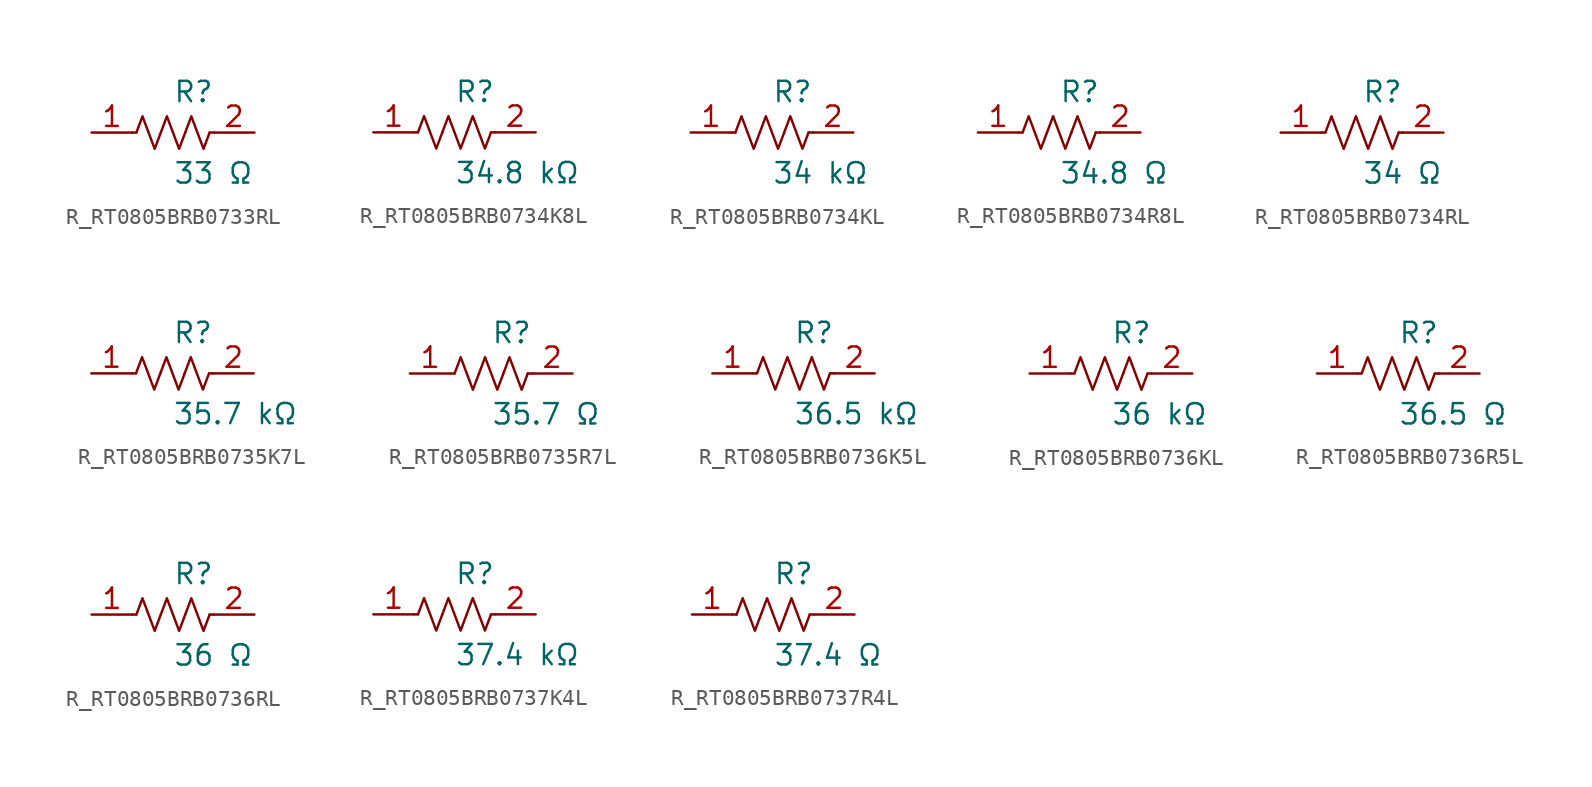
<source format=kicad_sym>
(kicad_symbol_lib
  (version 20231120)
  (generator kicad_symbol_editor)
  (generator_version 8.0)
  (symbol "R_RT0805BRB0733RL"
    (pin_names
      (offset 0.254))
    (property "Reference" "R"
      (at 0 2.54 0)
      (effects (font (size 1.27 1.27)) (justify left)))
    (property "Value" "33 Ω"
      (at 0 -2.54 0)
      (effects (font (size 1.27 1.27)) (justify left)))
    (symbol "R_RT0805BRB0733RL_0_1"
      (polyline (pts (xy 2.286 0) (xy 2.54 0)) (stroke (width 0) (type default)) (fill (type none)))
      (polyline (pts (xy -2.286 0) (xy -2.54 0)) (stroke (width 0) (type default)) (fill (type none)))
      (polyline (pts (xy 0.762 0) (xy 1.143 1.016) (xy 1.524 0) (xy 1.905 -1.016) (xy 2.286 0)) (stroke (width 0) (type default)) (fill (type none)))
      (polyline (pts (xy -0.762 0) (xy -0.381 1.016) (xy 0 0) (xy 0.381 -1.016) (xy 0.762 0)) (stroke (width 0) (type default)) (fill (type none)))
      (polyline (pts (xy -2.286 0) (xy -1.905 1.016) (xy -1.524 0) (xy -1.143 -1.016) (xy -0.762 0)) (stroke (width 0) (type default)) (fill (type none))))
    (pin unspecified line
      (at -5.08 0 0)
      (length 2.54)
      (name "" (effects (font (size 1.27 1.27))))
      (number "1" (effects (font (size 1.27 1.27)))))
    (pin unspecified line
      (at 5.08 0 180)
      (length 2.54)
      (name "" (effects (font (size 1.27 1.27))))
      (number "2" (effects (font (size 1.27 1.27))))))
  (symbol "R_RT0805BRB0734K8L"
    (pin_names
      (offset 0.254))
    (property "Reference" "R"
      (at 0 2.54 0)
      (effects (font (size 1.27 1.27)) (justify left)))
    (property "Value" "34.8 kΩ"
      (at 0 -2.54 0)
      (effects (font (size 1.27 1.27)) (justify left)))
    (symbol "R_RT0805BRB0734K8L_0_1"
      (polyline (pts (xy 2.286 0) (xy 2.54 0)) (stroke (width 0) (type default)) (fill (type none)))
      (polyline (pts (xy -2.286 0) (xy -2.54 0)) (stroke (width 0) (type default)) (fill (type none)))
      (polyline (pts (xy 0.762 0) (xy 1.143 1.016) (xy 1.524 0) (xy 1.905 -1.016) (xy 2.286 0)) (stroke (width 0) (type default)) (fill (type none)))
      (polyline (pts (xy -0.762 0) (xy -0.381 1.016) (xy 0 0) (xy 0.381 -1.016) (xy 0.762 0)) (stroke (width 0) (type default)) (fill (type none)))
      (polyline (pts (xy -2.286 0) (xy -1.905 1.016) (xy -1.524 0) (xy -1.143 -1.016) (xy -0.762 0)) (stroke (width 0) (type default)) (fill (type none))))
    (pin unspecified line
      (at -5.08 0 0)
      (length 2.54)
      (name "" (effects (font (size 1.27 1.27))))
      (number "1" (effects (font (size 1.27 1.27)))))
    (pin unspecified line
      (at 5.08 0 180)
      (length 2.54)
      (name "" (effects (font (size 1.27 1.27))))
      (number "2" (effects (font (size 1.27 1.27))))))
  (symbol "R_RT0805BRB0734KL"
    (pin_names
      (offset 0.254))
    (property "Reference" "R"
      (at 0 2.54 0)
      (effects (font (size 1.27 1.27)) (justify left)))
    (property "Value" "34 kΩ"
      (at 0 -2.54 0)
      (effects (font (size 1.27 1.27)) (justify left)))
    (symbol "R_RT0805BRB0734KL_0_1"
      (polyline (pts (xy 2.286 0) (xy 2.54 0)) (stroke (width 0) (type default)) (fill (type none)))
      (polyline (pts (xy -2.286 0) (xy -2.54 0)) (stroke (width 0) (type default)) (fill (type none)))
      (polyline (pts (xy 0.762 0) (xy 1.143 1.016) (xy 1.524 0) (xy 1.905 -1.016) (xy 2.286 0)) (stroke (width 0) (type default)) (fill (type none)))
      (polyline (pts (xy -0.762 0) (xy -0.381 1.016) (xy 0 0) (xy 0.381 -1.016) (xy 0.762 0)) (stroke (width 0) (type default)) (fill (type none)))
      (polyline (pts (xy -2.286 0) (xy -1.905 1.016) (xy -1.524 0) (xy -1.143 -1.016) (xy -0.762 0)) (stroke (width 0) (type default)) (fill (type none))))
    (pin unspecified line
      (at -5.08 0 0)
      (length 2.54)
      (name "" (effects (font (size 1.27 1.27))))
      (number "1" (effects (font (size 1.27 1.27)))))
    (pin unspecified line
      (at 5.08 0 180)
      (length 2.54)
      (name "" (effects (font (size 1.27 1.27))))
      (number "2" (effects (font (size 1.27 1.27))))))
  (symbol "R_RT0805BRB0734R8L"
    (pin_names
      (offset 0.254))
    (property "Reference" "R"
      (at 0 2.54 0)
      (effects (font (size 1.27 1.27)) (justify left)))
    (property "Value" "34.8 Ω"
      (at 0 -2.54 0)
      (effects (font (size 1.27 1.27)) (justify left)))
    (symbol "R_RT0805BRB0734R8L_0_1"
      (polyline (pts (xy 2.286 0) (xy 2.54 0)) (stroke (width 0) (type default)) (fill (type none)))
      (polyline (pts (xy -2.286 0) (xy -2.54 0)) (stroke (width 0) (type default)) (fill (type none)))
      (polyline (pts (xy 0.762 0) (xy 1.143 1.016) (xy 1.524 0) (xy 1.905 -1.016) (xy 2.286 0)) (stroke (width 0) (type default)) (fill (type none)))
      (polyline (pts (xy -0.762 0) (xy -0.381 1.016) (xy 0 0) (xy 0.381 -1.016) (xy 0.762 0)) (stroke (width 0) (type default)) (fill (type none)))
      (polyline (pts (xy -2.286 0) (xy -1.905 1.016) (xy -1.524 0) (xy -1.143 -1.016) (xy -0.762 0)) (stroke (width 0) (type default)) (fill (type none))))
    (pin unspecified line
      (at -5.08 0 0)
      (length 2.54)
      (name "" (effects (font (size 1.27 1.27))))
      (number "1" (effects (font (size 1.27 1.27)))))
    (pin unspecified line
      (at 5.08 0 180)
      (length 2.54)
      (name "" (effects (font (size 1.27 1.27))))
      (number "2" (effects (font (size 1.27 1.27))))))
  (symbol "R_RT0805BRB0734RL"
    (pin_names
      (offset 0.254))
    (property "Reference" "R"
      (at 0 2.54 0)
      (effects (font (size 1.27 1.27)) (justify left)))
    (property "Value" "34 Ω"
      (at 0 -2.54 0)
      (effects (font (size 1.27 1.27)) (justify left)))
    (symbol "R_RT0805BRB0734RL_0_1"
      (polyline (pts (xy 2.286 0) (xy 2.54 0)) (stroke (width 0) (type default)) (fill (type none)))
      (polyline (pts (xy -2.286 0) (xy -2.54 0)) (stroke (width 0) (type default)) (fill (type none)))
      (polyline (pts (xy 0.762 0) (xy 1.143 1.016) (xy 1.524 0) (xy 1.905 -1.016) (xy 2.286 0)) (stroke (width 0) (type default)) (fill (type none)))
      (polyline (pts (xy -0.762 0) (xy -0.381 1.016) (xy 0 0) (xy 0.381 -1.016) (xy 0.762 0)) (stroke (width 0) (type default)) (fill (type none)))
      (polyline (pts (xy -2.286 0) (xy -1.905 1.016) (xy -1.524 0) (xy -1.143 -1.016) (xy -0.762 0)) (stroke (width 0) (type default)) (fill (type none))))
    (pin unspecified line
      (at -5.08 0 0)
      (length 2.54)
      (name "" (effects (font (size 1.27 1.27))))
      (number "1" (effects (font (size 1.27 1.27)))))
    (pin unspecified line
      (at 5.08 0 180)
      (length 2.54)
      (name "" (effects (font (size 1.27 1.27))))
      (number "2" (effects (font (size 1.27 1.27))))))
  (symbol "R_RT0805BRB0735K7L"
    (pin_names
      (offset 0.254))
    (property "Reference" "R"
      (at 0 2.54 0)
      (effects (font (size 1.27 1.27)) (justify left)))
    (property "Value" "35.7 kΩ"
      (at 0 -2.54 0)
      (effects (font (size 1.27 1.27)) (justify left)))
    (symbol "R_RT0805BRB0735K7L_0_1"
      (polyline (pts (xy 2.286 0) (xy 2.54 0)) (stroke (width 0) (type default)) (fill (type none)))
      (polyline (pts (xy -2.286 0) (xy -2.54 0)) (stroke (width 0) (type default)) (fill (type none)))
      (polyline (pts (xy 0.762 0) (xy 1.143 1.016) (xy 1.524 0) (xy 1.905 -1.016) (xy 2.286 0)) (stroke (width 0) (type default)) (fill (type none)))
      (polyline (pts (xy -0.762 0) (xy -0.381 1.016) (xy 0 0) (xy 0.381 -1.016) (xy 0.762 0)) (stroke (width 0) (type default)) (fill (type none)))
      (polyline (pts (xy -2.286 0) (xy -1.905 1.016) (xy -1.524 0) (xy -1.143 -1.016) (xy -0.762 0)) (stroke (width 0) (type default)) (fill (type none))))
    (pin unspecified line
      (at -5.08 0 0)
      (length 2.54)
      (name "" (effects (font (size 1.27 1.27))))
      (number "1" (effects (font (size 1.27 1.27)))))
    (pin unspecified line
      (at 5.08 0 180)
      (length 2.54)
      (name "" (effects (font (size 1.27 1.27))))
      (number "2" (effects (font (size 1.27 1.27))))))
  (symbol "R_RT0805BRB0735R7L"
    (pin_names
      (offset 0.254))
    (property "Reference" "R"
      (at 0 2.54 0)
      (effects (font (size 1.27 1.27)) (justify left)))
    (property "Value" "35.7 Ω"
      (at 0 -2.54 0)
      (effects (font (size 1.27 1.27)) (justify left)))
    (symbol "R_RT0805BRB0735R7L_0_1"
      (polyline (pts (xy 2.286 0) (xy 2.54 0)) (stroke (width 0) (type default)) (fill (type none)))
      (polyline (pts (xy -2.286 0) (xy -2.54 0)) (stroke (width 0) (type default)) (fill (type none)))
      (polyline (pts (xy 0.762 0) (xy 1.143 1.016) (xy 1.524 0) (xy 1.905 -1.016) (xy 2.286 0)) (stroke (width 0) (type default)) (fill (type none)))
      (polyline (pts (xy -0.762 0) (xy -0.381 1.016) (xy 0 0) (xy 0.381 -1.016) (xy 0.762 0)) (stroke (width 0) (type default)) (fill (type none)))
      (polyline (pts (xy -2.286 0) (xy -1.905 1.016) (xy -1.524 0) (xy -1.143 -1.016) (xy -0.762 0)) (stroke (width 0) (type default)) (fill (type none))))
    (pin unspecified line
      (at -5.08 0 0)
      (length 2.54)
      (name "" (effects (font (size 1.27 1.27))))
      (number "1" (effects (font (size 1.27 1.27)))))
    (pin unspecified line
      (at 5.08 0 180)
      (length 2.54)
      (name "" (effects (font (size 1.27 1.27))))
      (number "2" (effects (font (size 1.27 1.27))))))
  (symbol "R_RT0805BRB0736K5L"
    (pin_names
      (offset 0.254))
    (property "Reference" "R"
      (at 0 2.54 0)
      (effects (font (size 1.27 1.27)) (justify left)))
    (property "Value" "36.5 kΩ"
      (at 0 -2.54 0)
      (effects (font (size 1.27 1.27)) (justify left)))
    (symbol "R_RT0805BRB0736K5L_0_1"
      (polyline (pts (xy 2.286 0) (xy 2.54 0)) (stroke (width 0) (type default)) (fill (type none)))
      (polyline (pts (xy -2.286 0) (xy -2.54 0)) (stroke (width 0) (type default)) (fill (type none)))
      (polyline (pts (xy 0.762 0) (xy 1.143 1.016) (xy 1.524 0) (xy 1.905 -1.016) (xy 2.286 0)) (stroke (width 0) (type default)) (fill (type none)))
      (polyline (pts (xy -0.762 0) (xy -0.381 1.016) (xy 0 0) (xy 0.381 -1.016) (xy 0.762 0)) (stroke (width 0) (type default)) (fill (type none)))
      (polyline (pts (xy -2.286 0) (xy -1.905 1.016) (xy -1.524 0) (xy -1.143 -1.016) (xy -0.762 0)) (stroke (width 0) (type default)) (fill (type none))))
    (pin unspecified line
      (at -5.08 0 0)
      (length 2.54)
      (name "" (effects (font (size 1.27 1.27))))
      (number "1" (effects (font (size 1.27 1.27)))))
    (pin unspecified line
      (at 5.08 0 180)
      (length 2.54)
      (name "" (effects (font (size 1.27 1.27))))
      (number "2" (effects (font (size 1.27 1.27))))))
  (symbol "R_RT0805BRB0736KL"
    (pin_names
      (offset 0.254))
    (property "Reference" "R"
      (at 0 2.54 0)
      (effects (font (size 1.27 1.27)) (justify left)))
    (property "Value" "36 kΩ"
      (at 0 -2.54 0)
      (effects (font (size 1.27 1.27)) (justify left)))
    (symbol "R_RT0805BRB0736KL_0_1"
      (polyline (pts (xy 2.286 0) (xy 2.54 0)) (stroke (width 0) (type default)) (fill (type none)))
      (polyline (pts (xy -2.286 0) (xy -2.54 0)) (stroke (width 0) (type default)) (fill (type none)))
      (polyline (pts (xy 0.762 0) (xy 1.143 1.016) (xy 1.524 0) (xy 1.905 -1.016) (xy 2.286 0)) (stroke (width 0) (type default)) (fill (type none)))
      (polyline (pts (xy -0.762 0) (xy -0.381 1.016) (xy 0 0) (xy 0.381 -1.016) (xy 0.762 0)) (stroke (width 0) (type default)) (fill (type none)))
      (polyline (pts (xy -2.286 0) (xy -1.905 1.016) (xy -1.524 0) (xy -1.143 -1.016) (xy -0.762 0)) (stroke (width 0) (type default)) (fill (type none))))
    (pin unspecified line
      (at -5.08 0 0)
      (length 2.54)
      (name "" (effects (font (size 1.27 1.27))))
      (number "1" (effects (font (size 1.27 1.27)))))
    (pin unspecified line
      (at 5.08 0 180)
      (length 2.54)
      (name "" (effects (font (size 1.27 1.27))))
      (number "2" (effects (font (size 1.27 1.27))))))
  (symbol "R_RT0805BRB0736R5L"
    (pin_names
      (offset 0.254))
    (property "Reference" "R"
      (at 0 2.54 0)
      (effects (font (size 1.27 1.27)) (justify left)))
    (property "Value" "36.5 Ω"
      (at 0 -2.54 0)
      (effects (font (size 1.27 1.27)) (justify left)))
    (symbol "R_RT0805BRB0736R5L_0_1"
      (polyline (pts (xy 2.286 0) (xy 2.54 0)) (stroke (width 0) (type default)) (fill (type none)))
      (polyline (pts (xy -2.286 0) (xy -2.54 0)) (stroke (width 0) (type default)) (fill (type none)))
      (polyline (pts (xy 0.762 0) (xy 1.143 1.016) (xy 1.524 0) (xy 1.905 -1.016) (xy 2.286 0)) (stroke (width 0) (type default)) (fill (type none)))
      (polyline (pts (xy -0.762 0) (xy -0.381 1.016) (xy 0 0) (xy 0.381 -1.016) (xy 0.762 0)) (stroke (width 0) (type default)) (fill (type none)))
      (polyline (pts (xy -2.286 0) (xy -1.905 1.016) (xy -1.524 0) (xy -1.143 -1.016) (xy -0.762 0)) (stroke (width 0) (type default)) (fill (type none))))
    (pin unspecified line
      (at -5.08 0 0)
      (length 2.54)
      (name "" (effects (font (size 1.27 1.27))))
      (number "1" (effects (font (size 1.27 1.27)))))
    (pin unspecified line
      (at 5.08 0 180)
      (length 2.54)
      (name "" (effects (font (size 1.27 1.27))))
      (number "2" (effects (font (size 1.27 1.27))))))
  (symbol "R_RT0805BRB0736RL"
    (pin_names
      (offset 0.254))
    (property "Reference" "R"
      (at 0 2.54 0)
      (effects (font (size 1.27 1.27)) (justify left)))
    (property "Value" "36 Ω"
      (at 0 -2.54 0)
      (effects (font (size 1.27 1.27)) (justify left)))
    (symbol "R_RT0805BRB0736RL_0_1"
      (polyline (pts (xy 2.286 0) (xy 2.54 0)) (stroke (width 0) (type default)) (fill (type none)))
      (polyline (pts (xy -2.286 0) (xy -2.54 0)) (stroke (width 0) (type default)) (fill (type none)))
      (polyline (pts (xy 0.762 0) (xy 1.143 1.016) (xy 1.524 0) (xy 1.905 -1.016) (xy 2.286 0)) (stroke (width 0) (type default)) (fill (type none)))
      (polyline (pts (xy -0.762 0) (xy -0.381 1.016) (xy 0 0) (xy 0.381 -1.016) (xy 0.762 0)) (stroke (width 0) (type default)) (fill (type none)))
      (polyline (pts (xy -2.286 0) (xy -1.905 1.016) (xy -1.524 0) (xy -1.143 -1.016) (xy -0.762 0)) (stroke (width 0) (type default)) (fill (type none))))
    (pin unspecified line
      (at -5.08 0 0)
      (length 2.54)
      (name "" (effects (font (size 1.27 1.27))))
      (number "1" (effects (font (size 1.27 1.27)))))
    (pin unspecified line
      (at 5.08 0 180)
      (length 2.54)
      (name "" (effects (font (size 1.27 1.27))))
      (number "2" (effects (font (size 1.27 1.27))))))
  (symbol "R_RT0805BRB0737K4L"
    (pin_names
      (offset 0.254))
    (property "Reference" "R"
      (at 0 2.54 0)
      (effects (font (size 1.27 1.27)) (justify left)))
    (property "Value" "37.4 kΩ"
      (at 0 -2.54 0)
      (effects (font (size 1.27 1.27)) (justify left)))
    (symbol "R_RT0805BRB0737K4L_0_1"
      (polyline (pts (xy 2.286 0) (xy 2.54 0)) (stroke (width 0) (type default)) (fill (type none)))
      (polyline (pts (xy -2.286 0) (xy -2.54 0)) (stroke (width 0) (type default)) (fill (type none)))
      (polyline (pts (xy 0.762 0) (xy 1.143 1.016) (xy 1.524 0) (xy 1.905 -1.016) (xy 2.286 0)) (stroke (width 0) (type default)) (fill (type none)))
      (polyline (pts (xy -0.762 0) (xy -0.381 1.016) (xy 0 0) (xy 0.381 -1.016) (xy 0.762 0)) (stroke (width 0) (type default)) (fill (type none)))
      (polyline (pts (xy -2.286 0) (xy -1.905 1.016) (xy -1.524 0) (xy -1.143 -1.016) (xy -0.762 0)) (stroke (width 0) (type default)) (fill (type none))))
    (pin unspecified line
      (at -5.08 0 0)
      (length 2.54)
      (name "" (effects (font (size 1.27 1.27))))
      (number "1" (effects (font (size 1.27 1.27)))))
    (pin unspecified line
      (at 5.08 0 180)
      (length 2.54)
      (name "" (effects (font (size 1.27 1.27))))
      (number "2" (effects (font (size 1.27 1.27))))))
  (symbol "R_RT0805BRB0737R4L"
    (pin_names
      (offset 0.254))
    (property "Reference" "R"
      (at 0 2.54 0)
      (effects (font (size 1.27 1.27)) (justify left)))
    (property "Value" "37.4 Ω"
      (at 0 -2.54 0)
      (effects (font (size 1.27 1.27)) (justify left)))
    (symbol "R_RT0805BRB0737R4L_0_1"
      (polyline (pts (xy 2.286 0) (xy 2.54 0)) (stroke (width 0) (type default)) (fill (type none)))
      (polyline (pts (xy -2.286 0) (xy -2.54 0)) (stroke (width 0) (type default)) (fill (type none)))
      (polyline (pts (xy 0.762 0) (xy 1.143 1.016) (xy 1.524 0) (xy 1.905 -1.016) (xy 2.286 0)) (stroke (width 0) (type default)) (fill (type none)))
      (polyline (pts (xy -0.762 0) (xy -0.381 1.016) (xy 0 0) (xy 0.381 -1.016) (xy 0.762 0)) (stroke (width 0) (type default)) (fill (type none)))
      (polyline (pts (xy -2.286 0) (xy -1.905 1.016) (xy -1.524 0) (xy -1.143 -1.016) (xy -0.762 0)) (stroke (width 0) (type default)) (fill (type none))))
    (pin unspecified line
      (at -5.08 0 0)
      (length 2.54)
      (name "" (effects (font (size 1.27 1.27))))
      (number "1" (effects (font (size 1.27 1.27)))))
    (pin unspecified line
      (at 5.08 0 180)
      (length 2.54)
      (name "" (effects (font (size 1.27 1.27))))
      (number "2" (effects (font (size 1.27 1.27)))))))
</source>
